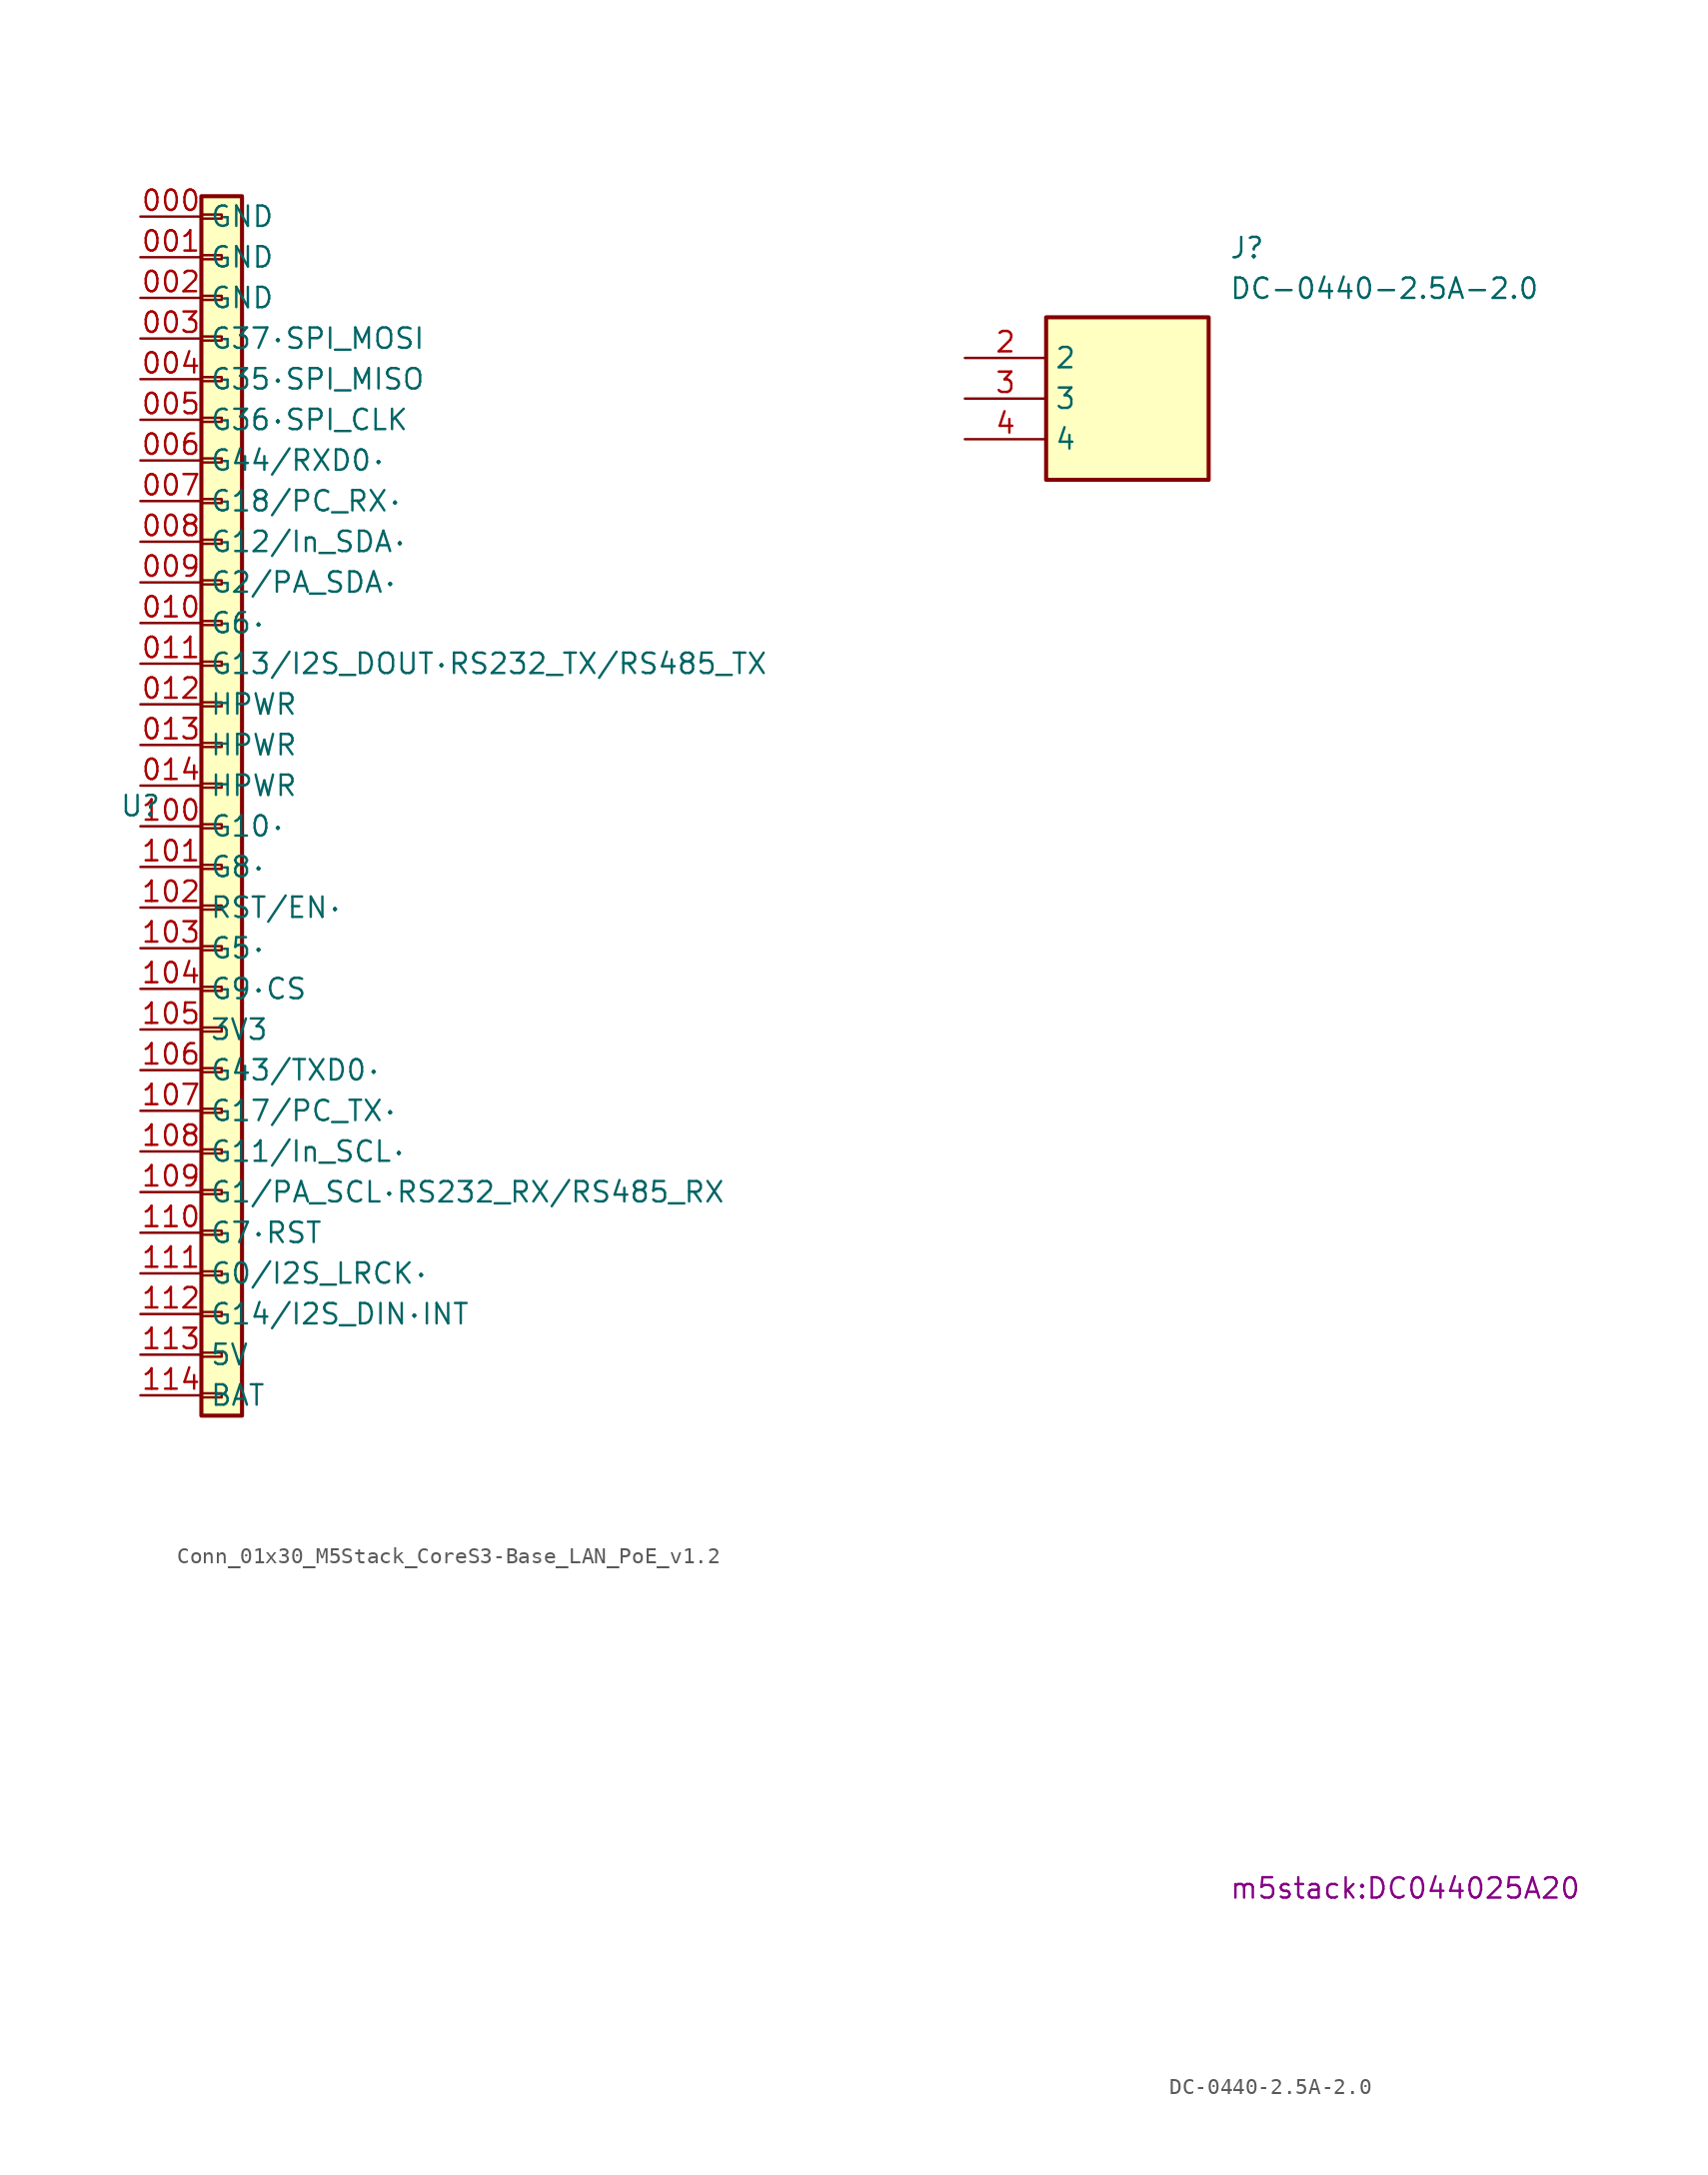
<source format=kicad_sym>
(kicad_symbol_lib
  (version 20231120)
  (generator "kicad_symbol_editor")
  (generator_version "8.0")
  (symbol "Conn_01x30_M5Stack_CoreS3-Base_LAN_PoE_v1.2"
    (property "Reference" "U"
      (at 0 0 0)
      (effects (font (size 1.27 1.27))))
    (property "Value" ""
      (at 0 0 0)
      (effects (font (size 1.27 1.27))))
    (symbol "Conn_01x30_M5Stack_CoreS3-Base_LAN_PoE_v1.2_1_1"
      (rectangle (start 3.81 -36.703) (end 5.08 -36.957) (stroke (width 0.152) (type default)) (fill (type none)))
      (rectangle (start 3.81 -34.163) (end 5.08 -34.417) (stroke (width 0.152) (type default)) (fill (type none)))
      (rectangle (start 3.81 -31.623) (end 5.08 -31.877) (stroke (width 0.152) (type default)) (fill (type none)))
      (rectangle (start 3.81 -29.083) (end 5.08 -29.337) (stroke (width 0.152) (type default)) (fill (type none)))
      (rectangle (start 3.81 -26.543) (end 5.08 -26.797) (stroke (width 0.152) (type default)) (fill (type none)))
      (rectangle (start 3.81 -24.003) (end 5.08 -24.257) (stroke (width 0.152) (type default)) (fill (type none)))
      (rectangle (start 3.81 -21.463) (end 5.08 -21.717) (stroke (width 0.152) (type default)) (fill (type none)))
      (rectangle (start 3.81 -18.923) (end 5.08 -19.177) (stroke (width 0.152) (type default)) (fill (type none)))
      (rectangle (start 3.81 -16.383) (end 5.08 -16.637) (stroke (width 0.152) (type default)) (fill (type none)))
      (rectangle (start 3.81 -13.843) (end 5.08 -14.097) (stroke (width 0.152) (type default)) (fill (type none)))
      (rectangle (start 3.81 -11.303) (end 5.08 -11.557) (stroke (width 0.152) (type default)) (fill (type none)))
      (rectangle (start 3.81 -8.763) (end 5.08 -9.017) (stroke (width 0.152) (type default)) (fill (type none)))
      (rectangle (start 3.81 -6.223) (end 5.08 -6.477) (stroke (width 0.152) (type default)) (fill (type none)))
      (rectangle (start 3.81 -3.683) (end 5.08 -3.937) (stroke (width 0.152) (type default)) (fill (type none)))
      (rectangle (start 3.81 -1.143) (end 5.08 -1.397) (stroke (width 0.152) (type default)) (fill (type none)))
      (rectangle (start 3.81 1.397) (end 5.08 1.143) (stroke (width 0.152) (type default)) (fill (type none)))
      (rectangle (start 3.81 3.937) (end 5.08 3.683) (stroke (width 0.152) (type default)) (fill (type none)))
      (rectangle (start 3.81 6.477) (end 5.08 6.223) (stroke (width 0.152) (type default)) (fill (type none)))
      (rectangle (start 3.81 9.017) (end 5.08 8.763) (stroke (width 0.152) (type default)) (fill (type none)))
      (rectangle (start 3.81 11.557) (end 5.08 11.303) (stroke (width 0.152) (type default)) (fill (type none)))
      (rectangle (start 3.81 14.097) (end 5.08 13.843) (stroke (width 0.152) (type default)) (fill (type none)))
      (rectangle (start 3.81 16.637) (end 5.08 16.383) (stroke (width 0.152) (type default)) (fill (type none)))
      (rectangle (start 3.81 19.177) (end 5.08 18.923) (stroke (width 0.152) (type default)) (fill (type none)))
      (rectangle (start 3.81 21.717) (end 5.08 21.463) (stroke (width 0.152) (type default)) (fill (type none)))
      (rectangle (start 3.81 24.257) (end 5.08 24.003) (stroke (width 0.152) (type default)) (fill (type none)))
      (rectangle (start 3.81 26.797) (end 5.08 26.543) (stroke (width 0.152) (type default)) (fill (type none)))
      (rectangle (start 3.81 29.337) (end 5.08 29.083) (stroke (width 0.152) (type default)) (fill (type none)))
      (rectangle (start 3.81 31.877) (end 5.08 31.623) (stroke (width 0.152) (type default)) (fill (type none)))
      (rectangle (start 3.81 34.417) (end 5.08 34.163) (stroke (width 0.152) (type default)) (fill (type none)))
      (rectangle (start 3.81 36.957) (end 5.08 36.703) (stroke (width 0.152) (type default)) (fill (type none)))
      (rectangle (start 3.81 38.1) (end 6.35 -38.1) (stroke (width 0.254) (type default)) (fill (type background)))
      (pin passive line (at 0 36.83 0) (length 3.81) (name "GND" (effects (font (size 1.27 1.27)))) (number "000" (effects (font (size 1.27 1.27)))))
      (pin passive line (at 0 34.29 0) (length 3.81) (name "GND" (effects (font (size 1.27 1.27)))) (number "001" (effects (font (size 1.27 1.27)))))
      (pin passive line (at 0 31.75 0) (length 3.81) (name "GND" (effects (font (size 1.27 1.27)))) (number "002" (effects (font (size 1.27 1.27)))))
      (pin passive line (at 0 29.21 0) (length 3.81) (name "G37·SPI_MOSI" (effects (font (size 1.27 1.27)))) (number "003" (effects (font (size 1.27 1.27)))))
      (pin passive line (at 0 26.67 0) (length 3.81) (name "G35·SPI_MISO" (effects (font (size 1.27 1.27)))) (number "004" (effects (font (size 1.27 1.27)))))
      (pin passive line (at 0 24.13 0) (length 3.81) (name "G36·SPI_CLK" (effects (font (size 1.27 1.27)))) (number "005" (effects (font (size 1.27 1.27)))))
      (pin passive line (at 0 21.59 0) (length 3.81) (name "G44/RXD0·" (effects (font (size 1.27 1.27)))) (number "006" (effects (font (size 1.27 1.27)))))
      (pin passive line (at 0 19.05 0) (length 3.81) (name "G18/PC_RX·" (effects (font (size 1.27 1.27)))) (number "007" (effects (font (size 1.27 1.27)))))
      (pin passive line (at 0 16.51 0) (length 3.81) (name "G12/In_SDA·" (effects (font (size 1.27 1.27)))) (number "008" (effects (font (size 1.27 1.27)))))
      (pin passive line (at 0 13.97 0) (length 3.81) (name "G2/PA_SDA·" (effects (font (size 1.27 1.27)))) (number "009" (effects (font (size 1.27 1.27)))))
      (pin passive line (at 0 11.43 0) (length 3.81) (name "G6·" (effects (font (size 1.27 1.27)))) (number "010" (effects (font (size 1.27 1.27)))))
      (pin passive line (at 0 8.89 0) (length 3.81) (name "G13/I2S_DOUT·RS232_TX/RS485_TX" (effects (font (size 1.27 1.27)))) (number "011" (effects (font (size 1.27 1.27)))))
      (pin passive line (at 0 6.35 0) (length 3.81) (name "HPWR" (effects (font (size 1.27 1.27)))) (number "012" (effects (font (size 1.27 1.27)))))
      (pin passive line (at 0 3.81 0) (length 3.81) (name "HPWR" (effects (font (size 1.27 1.27)))) (number "013" (effects (font (size 1.27 1.27)))))
      (pin passive line (at 0 1.27 0) (length 3.81) (name "HPWR" (effects (font (size 1.27 1.27)))) (number "014" (effects (font (size 1.27 1.27)))))
      (pin passive line (at 0 -1.27 0) (length 3.81) (name "G10·" (effects (font (size 1.27 1.27)))) (number "100" (effects (font (size 1.27 1.27)))))
      (pin passive line (at 0 -3.81 0) (length 3.81) (name "G8·" (effects (font (size 1.27 1.27)))) (number "101" (effects (font (size 1.27 1.27)))))
      (pin passive line (at 0 -6.35 0) (length 3.81) (name "RST/EN·" (effects (font (size 1.27 1.27)))) (number "102" (effects (font (size 1.27 1.27)))))
      (pin passive line (at 0 -8.89 0) (length 3.81) (name "G5·" (effects (font (size 1.27 1.27)))) (number "103" (effects (font (size 1.27 1.27)))))
      (pin passive line (at 0 -11.43 0) (length 3.81) (name "G9·CS" (effects (font (size 1.27 1.27)))) (number "104" (effects (font (size 1.27 1.27)))))
      (pin passive line (at 0 -13.97 0) (length 3.81) (name "3V3" (effects (font (size 1.27 1.27)))) (number "105" (effects (font (size 1.27 1.27)))))
      (pin passive line (at 0 -16.51 0) (length 3.81) (name "G43/TXD0·" (effects (font (size 1.27 1.27)))) (number "106" (effects (font (size 1.27 1.27)))))
      (pin passive line (at 0 -19.05 0) (length 3.81) (name "G17/PC_TX·" (effects (font (size 1.27 1.27)))) (number "107" (effects (font (size 1.27 1.27)))))
      (pin passive line (at 0 -21.59 0) (length 3.81) (name "G11/In_SCL·" (effects (font (size 1.27 1.27)))) (number "108" (effects (font (size 1.27 1.27)))))
      (pin passive line (at 0 -24.13 0) (length 3.81) (name "G1/PA_SCL·RS232_RX/RS485_RX" (effects (font (size 1.27 1.27)))) (number "109" (effects (font (size 1.27 1.27)))))
      (pin passive line (at 0 -26.67 0) (length 3.81) (name "G7·RST" (effects (font (size 1.27 1.27)))) (number "110" (effects (font (size 1.27 1.27)))))
      (pin passive line (at 0 -29.21 0) (length 3.81) (name "G0/I2S_LRCK·" (effects (font (size 1.27 1.27)))) (number "111" (effects (font (size 1.27 1.27)))))
      (pin passive line (at 0 -31.75 0) (length 3.81) (name "G14/I2S_DIN·INT" (effects (font (size 1.27 1.27)))) (number "112" (effects (font (size 1.27 1.27)))))
      (pin passive line (at 0 -34.29 0) (length 3.81) (name "5V" (effects (font (size 1.27 1.27)))) (number "113" (effects (font (size 1.27 1.27)))))
      (pin passive line (at 0 -36.83 0) (length 3.81) (name "BAT" (effects (font (size 1.27 1.27)))) (number "114" (effects (font (size 1.27 1.27)))))))
  (symbol "DC-0440-2.5A-2.0"
    (property "Reference" "J"
      (at 16.51 7.62 0)
      (effects (font (size 1.27 1.27)) (justify left top)))
    (property "Value" "DC-0440-2.5A-2.0"
      (at 16.51 5.08 0)
      (effects (font (size 1.27 1.27)) (justify left top)))
    (property "Footprint" "m5stack:DC044025A20"
      (at 16.51 -94.92 0)
      (effects (font (size 1.27 1.27)) (justify left top)))
    (symbol "DC-0440-2.5A-2.0_1_1"
      (rectangle (start 5.08 2.54) (end 15.24 -7.62) (stroke (width 0.254) (type default)) (fill (type background)))
      (pin passive line (at 0 0 0) (length 5.08) (name "2" (effects (font (size 1.27 1.27)))) (number "2" (effects (font (size 1.27 1.27)))))
      (pin passive line (at 0 -2.54 0) (length 5.08) (name "3" (effects (font (size 1.27 1.27)))) (number "3" (effects (font (size 1.27 1.27)))))
      (pin passive line (at 0 -5.08 0) (length 5.08) (name "4" (effects (font (size 1.27 1.27)))) (number "4" (effects (font (size 1.27 1.27))))))))
</source>
